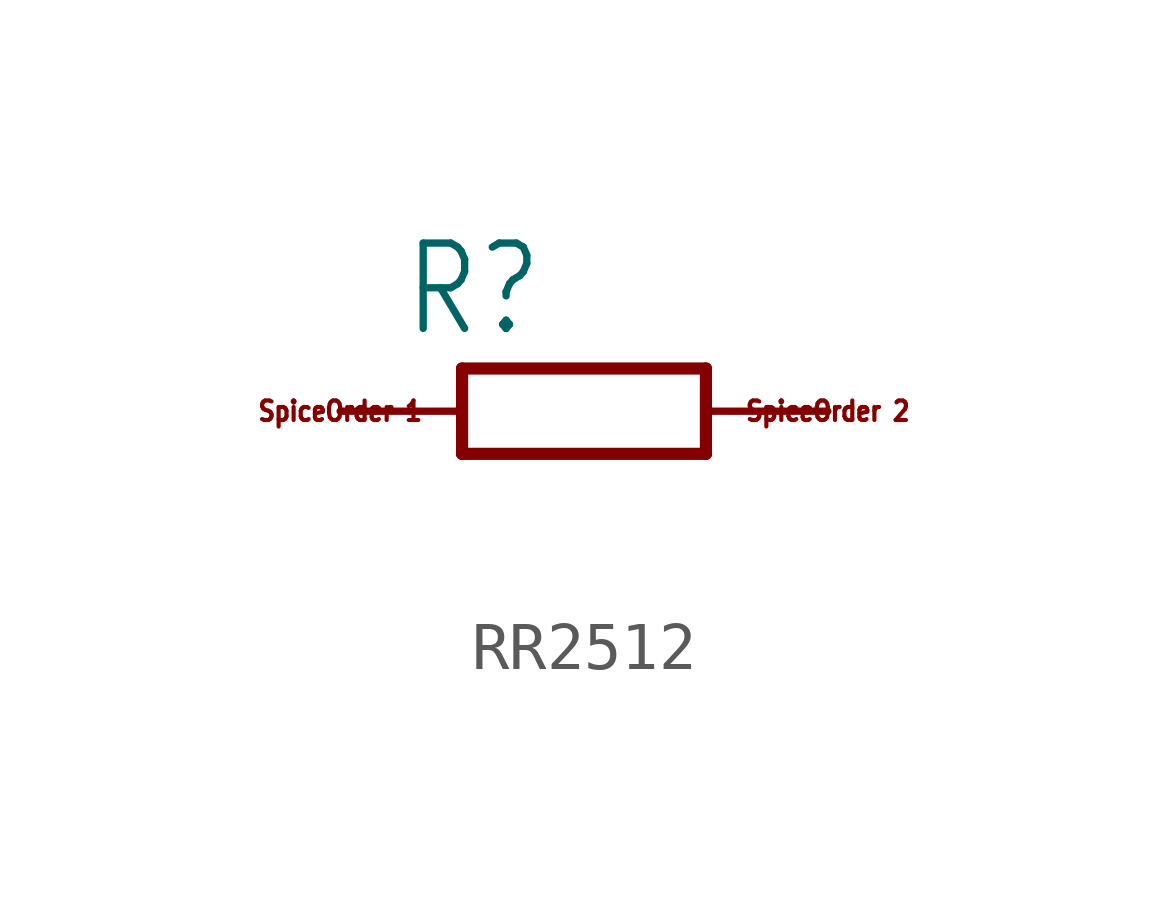
<source format=kicad_sym>
(kicad_symbol_lib
  (version 20220914)
  (generator kicad_symbol_editor)
  (symbol "RR2512"
    (property "Reference" "R"
      (at -3.81 1.499 0)
      (effects (font (size 1.778 1.511)) (justify left bottom)))
    (property "Value" ""
      (at -3.81 -3.302 0)
      (effects (font (size 1.778 1.511)) (justify left bottom)))
    (property "ki_locked" ""
      (at 0 0 0)
      (effects (font (size 1.27 1.27))))
    (symbol "RR2512_1_0"
      (polyline (pts (xy -2.54 -0.889) (xy -2.54 0.889)) (stroke (width 0.254) (type solid)) (fill (type none)))
      (polyline (pts (xy -2.54 -0.889) (xy 2.54 -0.889)) (stroke (width 0.254) (type solid)) (fill (type none)))
      (polyline (pts (xy 2.54 -0.889) (xy 2.54 0.889)) (stroke (width 0.254) (type solid)) (fill (type none)))
      (polyline (pts (xy 2.54 0.889) (xy -2.54 0.889)) (stroke (width 0.254) (type solid)) (fill (type none)))
      (text "SpiceOrder 1" (at -5.08 0 0) (effects (font (size 0.406 0.345))))
      (text "SpiceOrder 2" (at 5.08 0 0) (effects (font (size 0.406 0.345))))
      (pin passive line (at -5.08 0 0) (length 2.54) (name "1" (effects (font (size 0 0)))) (number "1" (effects (font (size 0 0)))))
      (pin passive line (at 5.08 0 180) (length 2.54) (name "2" (effects (font (size 0 0)))) (number "2" (effects (font (size 0 0))))))))
</source>
